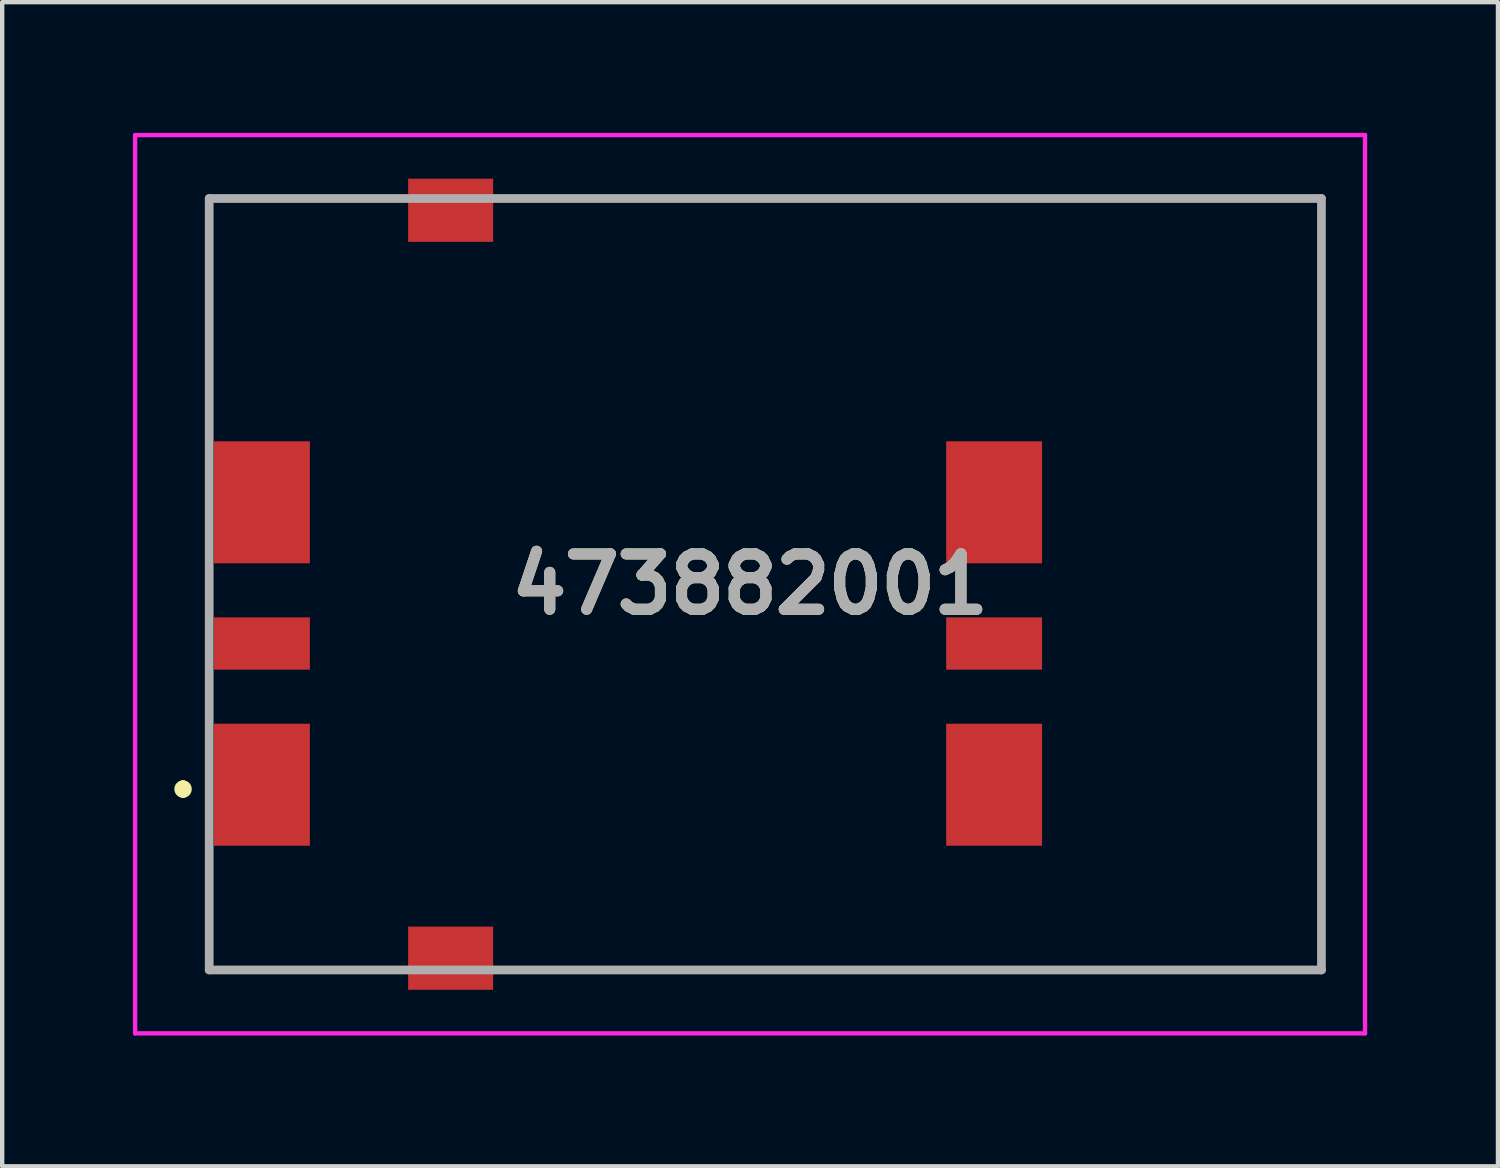
<source format=kicad_pcb>
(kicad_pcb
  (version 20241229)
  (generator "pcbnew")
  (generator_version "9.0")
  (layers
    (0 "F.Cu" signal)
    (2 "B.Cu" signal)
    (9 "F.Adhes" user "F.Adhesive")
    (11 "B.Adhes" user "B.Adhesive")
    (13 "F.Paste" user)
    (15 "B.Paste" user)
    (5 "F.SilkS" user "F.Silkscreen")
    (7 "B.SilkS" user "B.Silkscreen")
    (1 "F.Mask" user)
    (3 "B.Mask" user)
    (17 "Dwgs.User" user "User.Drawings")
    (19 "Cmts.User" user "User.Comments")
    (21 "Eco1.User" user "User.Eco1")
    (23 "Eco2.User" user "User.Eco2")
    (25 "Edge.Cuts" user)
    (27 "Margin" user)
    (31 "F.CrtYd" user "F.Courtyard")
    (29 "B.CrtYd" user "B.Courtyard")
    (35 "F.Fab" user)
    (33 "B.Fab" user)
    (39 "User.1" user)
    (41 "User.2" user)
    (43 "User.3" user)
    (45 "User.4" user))
  (footprint "473882001"
    (layer "F.Cu")
    (at 14.16 10.355)
    (property "Reference" "473882001" (at 0 0 0) (layer "F.SilkS") (effects (font (size 1.27 1.27) (thickness 0.254))))
    (attr smd)
    (fp_line (start -13.01 4.6) (end -13.01 4.6) (stroke (width 0.2) (type solid)) (layer "F.SilkS"))
    (fp_line (start -13.01 4.8) (end -13.01 4.8) (stroke (width 0.2) (type solid)) (layer "F.SilkS"))
    (fp_line (start -12.41 -8.85) (end -12.41 -4) (stroke (width 0.1) (type solid)) (layer "F.SilkS"))
    (fp_line (start -12.41 -4) (end -12.41 7) (stroke (width 0.1) (type solid)) (layer "F.SilkS"))
    (fp_line (start -12.41 7) (end -12.41 8.85) (stroke (width 0.1) (type solid)) (layer "F.SilkS"))
    (fp_line (start -12.41 8.85) (end -8.41 8.85) (stroke (width 0.1) (type solid)) (layer "F.SilkS"))
    (fp_line (start -8.41 -8.85) (end -12.41 -8.85) (stroke (width 0.1) (type solid)) (layer "F.SilkS"))
    (fp_line (start -5.41 8.85) (end 13.11 8.85) (stroke (width 0.1) (type solid)) (layer "F.SilkS"))
    (fp_line (start 13.11 -8.85) (end -5.41 -8.85) (stroke (width 0.1) (type solid)) (layer "F.SilkS"))
    (fp_line (start 13.11 8.85) (end 13.11 -8.85) (stroke (width 0.1) (type solid)) (layer "F.SilkS"))
    (fp_arc (start -13.01 4.6) (mid -12.91 4.7) (end -13.01 4.8) (stroke (width 0.2) (type solid)) (layer "F.SilkS"))
    (fp_arc (start -13.01 4.8) (mid -13.11 4.7) (end -13.01 4.6) (stroke (width 0.2) (type solid)) (layer "F.SilkS"))
    (fp_line (start -14.11 -10.305) (end 14.11 -10.305) (stroke (width 0.1) (type solid)) (layer "F.CrtYd"))
    (fp_line (start -14.11 10.305) (end -14.11 -10.305) (stroke (width 0.1) (type solid)) (layer "F.CrtYd"))
    (fp_line (start 14.11 -10.305) (end 14.11 10.305) (stroke (width 0.1) (type solid)) (layer "F.CrtYd"))
    (fp_line (start 14.11 10.305) (end -14.11 10.305) (stroke (width 0.1) (type solid)) (layer "F.CrtYd"))
    (fp_line (start -12.41 -8.85) (end 13.11 -8.85) (stroke (width 0.2) (type solid)) (layer "F.Fab"))
    (fp_line (start -12.41 8.85) (end -12.41 -8.85) (stroke (width 0.2) (type solid)) (layer "F.Fab"))
    (fp_line (start 13.11 -8.85) (end 13.11 8.85) (stroke (width 0.2) (type solid)) (layer "F.Fab"))
    (fp_line (start 13.11 8.85) (end -12.41 8.85) (stroke (width 0.2) (type solid)) (layer "F.Fab"))
    (fp_text user "${REFERENCE}" (at 0 0 0) (layer "F.Fab") (effects (font (size 1.27 1.27) (thickness 0.254))))
    (pad "1" smd rect (at -11.2 4.6) (size 2.2 2.8) (layers "F.Cu" "F.Mask" "F.Paste"))
    (pad "2" smd rect (at -11.2 1.36 90) (size 1.2 2.2) (layers "F.Cu" "F.Mask" "F.Paste"))
    (pad "3" smd rect (at -11.2 -1.88) (size 2.2 2.8) (layers "F.Cu" "F.Mask" "F.Paste"))
    (pad "4" smd rect (at 5.6 4.6) (size 2.2 2.8) (layers "F.Cu" "F.Mask" "F.Paste"))
    (pad "5" smd rect (at 5.6 1.36 90) (size 1.2 2.2) (layers "F.Cu" "F.Mask" "F.Paste"))
    (pad "6" smd rect (at 5.6 -1.88) (size 2.2 2.8) (layers "F.Cu" "F.Mask" "F.Paste"))
    (pad "7" smd rect (at -6.87 -8.58 90) (size 1.45 1.95) (layers "F.Cu" "F.Mask" "F.Paste"))
    (pad "8" smd rect (at -6.87 8.58 90) (size 1.45 1.95) (layers "F.Cu" "F.Mask" "F.Paste")))
  (gr_rect
    (start -3 -3)
    (end 31.32 23.71)
    (stroke (width 0.1) (type default))
    (fill no)
    (layer "Edge.Cuts")))
</source>
